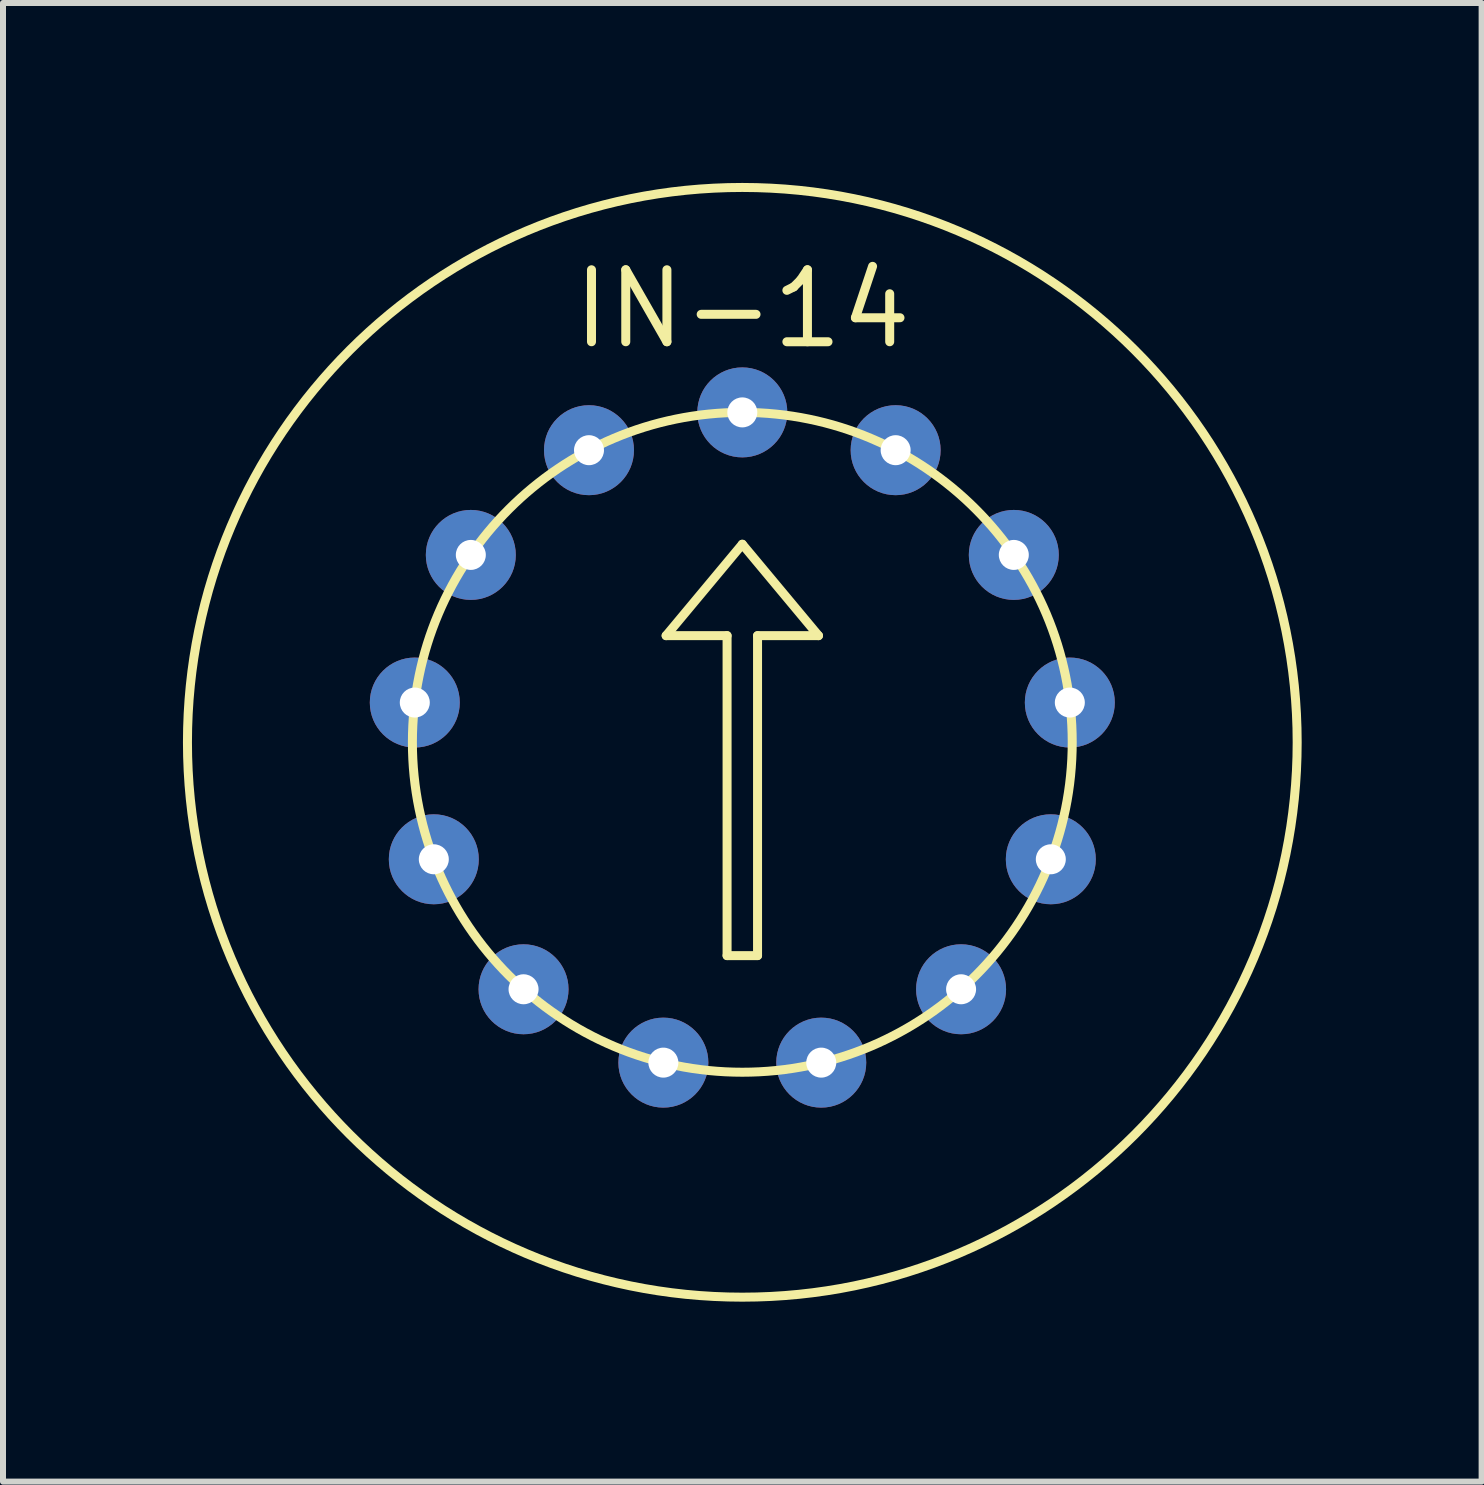
<source format=kicad_pcb>
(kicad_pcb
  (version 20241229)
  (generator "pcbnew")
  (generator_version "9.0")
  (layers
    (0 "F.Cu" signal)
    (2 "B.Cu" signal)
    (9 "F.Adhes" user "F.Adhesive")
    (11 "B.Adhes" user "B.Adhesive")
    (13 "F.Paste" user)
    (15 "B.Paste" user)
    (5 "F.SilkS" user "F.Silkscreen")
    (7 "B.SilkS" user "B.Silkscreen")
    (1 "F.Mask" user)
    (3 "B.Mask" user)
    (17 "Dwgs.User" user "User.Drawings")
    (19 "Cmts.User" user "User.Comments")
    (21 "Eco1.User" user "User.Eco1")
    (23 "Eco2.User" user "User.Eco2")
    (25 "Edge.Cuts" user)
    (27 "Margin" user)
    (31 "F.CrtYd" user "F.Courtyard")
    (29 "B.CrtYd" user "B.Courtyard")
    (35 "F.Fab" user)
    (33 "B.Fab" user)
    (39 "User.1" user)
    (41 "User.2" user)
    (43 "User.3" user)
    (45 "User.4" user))
  (footprint "IN-14"
    (layer "F.Cu")
    (at 9.325 9.325)
    (property "Reference" "IN-14" (at 0 -7.225 0) (layer "F.SilkS") (effects (font (size 1.2 1.2) (thickness 0.15))))
    (attr through_hole)
    (fp_line (start -1.27 -1.778) (end -0.254 -1.778) (stroke (width 0.15) (type solid)) (layer "F.SilkS"))
    (fp_line (start -0.254 -1.778) (end -0.254 3.556) (stroke (width 0.15) (type solid)) (layer "F.SilkS"))
    (fp_line (start -0.254 3.556) (end 0.254 3.556) (stroke (width 0.15) (type solid)) (layer "F.SilkS"))
    (fp_line (start 0 -3.302) (end -1.27 -1.778) (stroke (width 0.15) (type solid)) (layer "F.SilkS"))
    (fp_line (start 0.254 -1.778) (end 1.27 -1.778) (stroke (width 0.15) (type solid)) (layer "F.SilkS"))
    (fp_line (start 0.254 3.556) (end 0.254 -1.778) (stroke (width 0.15) (type solid)) (layer "F.SilkS"))
    (fp_line (start 1.27 -1.778) (end 0 -3.302) (stroke (width 0.15) (type solid)) (layer "F.SilkS"))
    (fp_circle (center 0 0) (end 0 -9.25) (stroke (width 0.15) (type solid)) (fill no) (layer "F.SilkS"))
    (fp_circle (center 0 0) (end 0 -5.5) (stroke (width 0.15) (type solid)) (fill no) (layer "F.SilkS"))
    (pad "1" thru_hole oval (at 0 -5.5) (size 1.5 1.5) (drill 0.5) (layers "*.Cu" "*.Mask"))
    (pad "2" thru_hole oval (at 2.556 -4.87) (size 1.5 1.5) (drill 0.5) (layers "*.Cu" "*.Mask"))
    (pad "3" thru_hole oval (at 4.526 -3.124) (size 1.5 1.5) (drill 0.5) (layers "*.Cu" "*.Mask"))
    (pad "4" thru_hole oval (at 5.46 -0.663) (size 1.5 1.5) (drill 0.5) (layers "*.Cu" "*.Mask"))
    (pad "5" thru_hole oval (at 5.143 1.95) (size 1.5 1.5) (drill 0.5) (layers "*.Cu" "*.Mask"))
    (pad "6" thru_hole oval (at 3.647 4.117) (size 1.5 1.5) (drill 0.5) (layers "*.Cu" "*.Mask"))
    (pad "7" thru_hole oval (at 1.316 5.34) (size 1.5 1.5) (drill 0.5) (layers "*.Cu" "*.Mask"))
    (pad "8" thru_hole oval (at -1.316 5.34) (size 1.5 1.5) (drill 0.5) (layers "*.Cu" "*.Mask"))
    (pad "9" thru_hole oval (at -3.647 4.117) (size 1.5 1.5) (drill 0.5) (layers "*.Cu" "*.Mask"))
    (pad "10" thru_hole oval (at -5.143 1.95) (size 1.5 1.5) (drill 0.5) (layers "*.Cu" "*.Mask"))
    (pad "11" thru_hole oval (at -5.46 -0.663) (size 1.5 1.5) (drill 0.5) (layers "*.Cu" "*.Mask"))
    (pad "12" thru_hole oval (at -4.526 -3.124) (size 1.5 1.5) (drill 0.5) (layers "*.Cu" "*.Mask"))
    (pad "13" thru_hole oval (at -2.556 -4.87) (size 1.5 1.5) (drill 0.5) (layers "*.Cu" "*.Mask")))
  (gr_rect
    (start -3 -3)
    (end 21.65 21.65)
    (stroke (width 0.1) (type default))
    (fill no)
    (layer "Edge.Cuts")))
</source>
